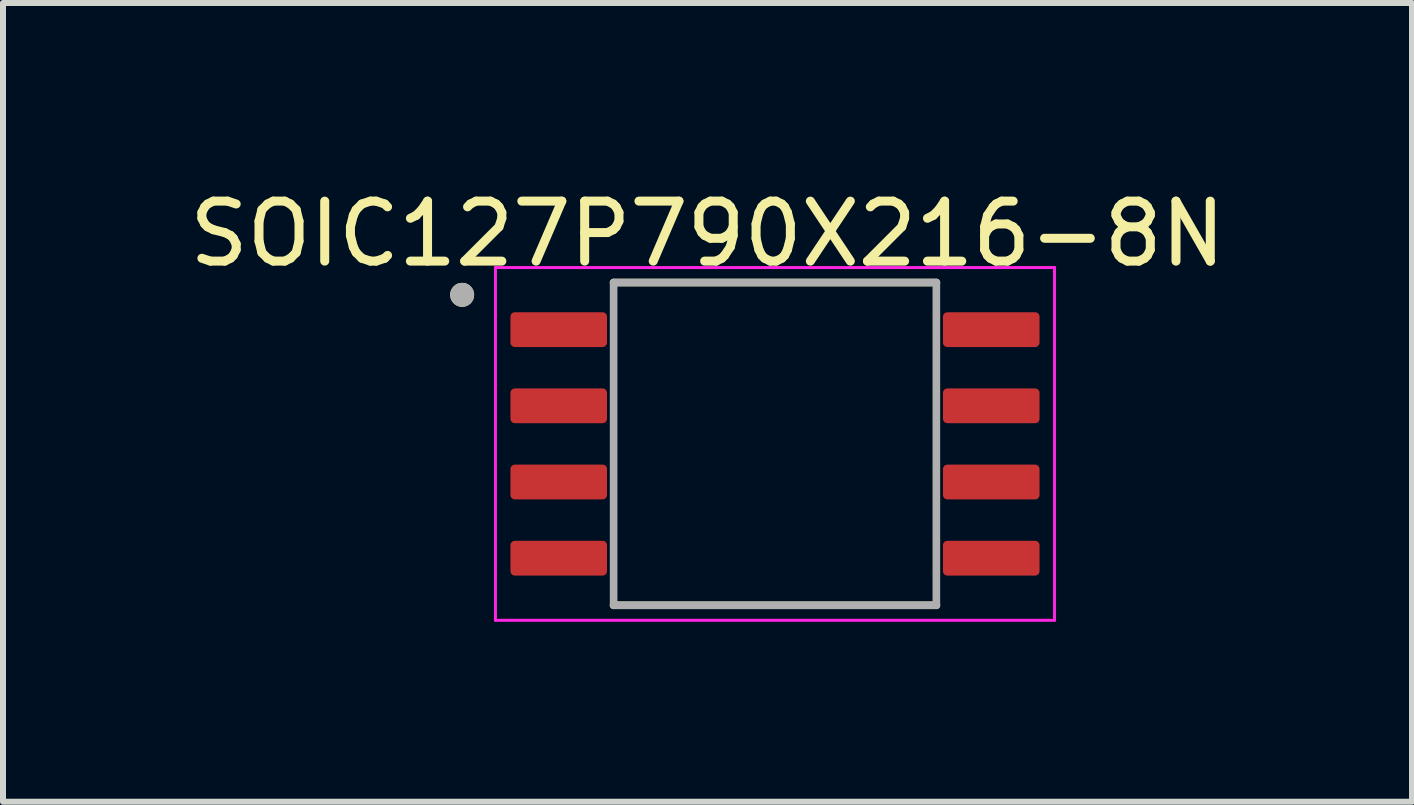
<source format=kicad_pcb>
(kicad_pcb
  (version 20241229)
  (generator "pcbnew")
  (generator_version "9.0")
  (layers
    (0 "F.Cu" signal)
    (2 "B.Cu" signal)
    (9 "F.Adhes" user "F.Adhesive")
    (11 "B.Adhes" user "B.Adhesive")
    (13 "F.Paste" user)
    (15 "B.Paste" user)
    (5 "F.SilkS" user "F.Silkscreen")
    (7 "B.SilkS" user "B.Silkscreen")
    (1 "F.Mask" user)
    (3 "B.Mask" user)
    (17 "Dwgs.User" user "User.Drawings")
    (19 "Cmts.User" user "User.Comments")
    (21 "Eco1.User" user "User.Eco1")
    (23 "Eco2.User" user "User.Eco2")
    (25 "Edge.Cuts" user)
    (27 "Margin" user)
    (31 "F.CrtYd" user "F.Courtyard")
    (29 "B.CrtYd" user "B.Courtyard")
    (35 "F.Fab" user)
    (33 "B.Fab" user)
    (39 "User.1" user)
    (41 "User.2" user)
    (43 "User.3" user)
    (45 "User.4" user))
  (footprint "SOIC127P790X216-8N"
    (layer "F.Cu")
    (at 9.869 4.35)
    (property "Reference" "SOIC127P790X216-8N" (at -1.125 -3.502 0) (layer "F.SilkS") (effects (font (size 1 1) (thickness 0.15))))
    (attr smd)
    (fp_line (start -2.69 -2.69) (end 2.69 -2.69) (stroke (width 0.127) (type solid)) (layer "F.SilkS"))
    (fp_line (start -2.69 2.69) (end 2.69 2.69) (stroke (width 0.127) (type solid)) (layer "F.SilkS"))
    (fp_circle (center -5.215 -2.485) (end -5.115 -2.485) (stroke (width 0.2) (type solid)) (fill no) (layer "F.SilkS"))
    (fp_line (start -4.66 -2.94) (end -4.66 2.94) (stroke (width 0.05) (type solid)) (layer "F.CrtYd"))
    (fp_line (start -4.66 -2.94) (end 4.66 -2.94) (stroke (width 0.05) (type solid)) (layer "F.CrtYd"))
    (fp_line (start -4.66 2.94) (end 4.66 2.94) (stroke (width 0.05) (type solid)) (layer "F.CrtYd"))
    (fp_line (start 4.66 -2.94) (end 4.66 2.94) (stroke (width 0.05) (type solid)) (layer "F.CrtYd"))
    (fp_line (start -2.69 -2.69) (end -2.69 2.69) (stroke (width 0.127) (type solid)) (layer "F.Fab"))
    (fp_line (start -2.69 -2.69) (end 2.69 -2.69) (stroke (width 0.127) (type solid)) (layer "F.Fab"))
    (fp_line (start -2.69 2.69) (end 2.69 2.69) (stroke (width 0.127) (type solid)) (layer "F.Fab"))
    (fp_line (start 2.69 -2.69) (end 2.69 2.69) (stroke (width 0.127) (type solid)) (layer "F.Fab"))
    (fp_circle (center -5.215 -2.485) (end -5.115 -2.485) (stroke (width 0.2) (type solid)) (fill no) (layer "F.Fab"))
    (pad "1" smd roundrect (at -3.605 -1.905) (size 1.61 0.58) (layers "F.Cu" "F.Mask" "F.Paste") (roundrect_rratio 0.125))
    (pad "2" smd roundrect (at -3.605 -0.635) (size 1.61 0.58) (layers "F.Cu" "F.Mask" "F.Paste") (roundrect_rratio 0.125))
    (pad "3" smd roundrect (at -3.605 0.635) (size 1.61 0.58) (layers "F.Cu" "F.Mask" "F.Paste") (roundrect_rratio 0.125))
    (pad "4" smd roundrect (at -3.605 1.905) (size 1.61 0.58) (layers "F.Cu" "F.Mask" "F.Paste") (roundrect_rratio 0.125))
    (pad "5" smd roundrect (at 3.605 1.905) (size 1.61 0.58) (layers "F.Cu" "F.Mask" "F.Paste") (roundrect_rratio 0.125))
    (pad "6" smd roundrect (at 3.605 0.635) (size 1.61 0.58) (layers "F.Cu" "F.Mask" "F.Paste") (roundrect_rratio 0.125))
    (pad "7" smd roundrect (at 3.605 -0.635) (size 1.61 0.58) (layers "F.Cu" "F.Mask" "F.Paste") (roundrect_rratio 0.125))
    (pad "8" smd roundrect (at 3.605 -1.905) (size 1.61 0.58) (layers "F.Cu" "F.Mask" "F.Paste") (roundrect_rratio 0.125)))
  (gr_rect
    (start -3 -3)
    (end 20.488 10.315)
    (stroke (width 0.1) (type default))
    (fill no)
    (layer "Edge.Cuts")))
</source>
